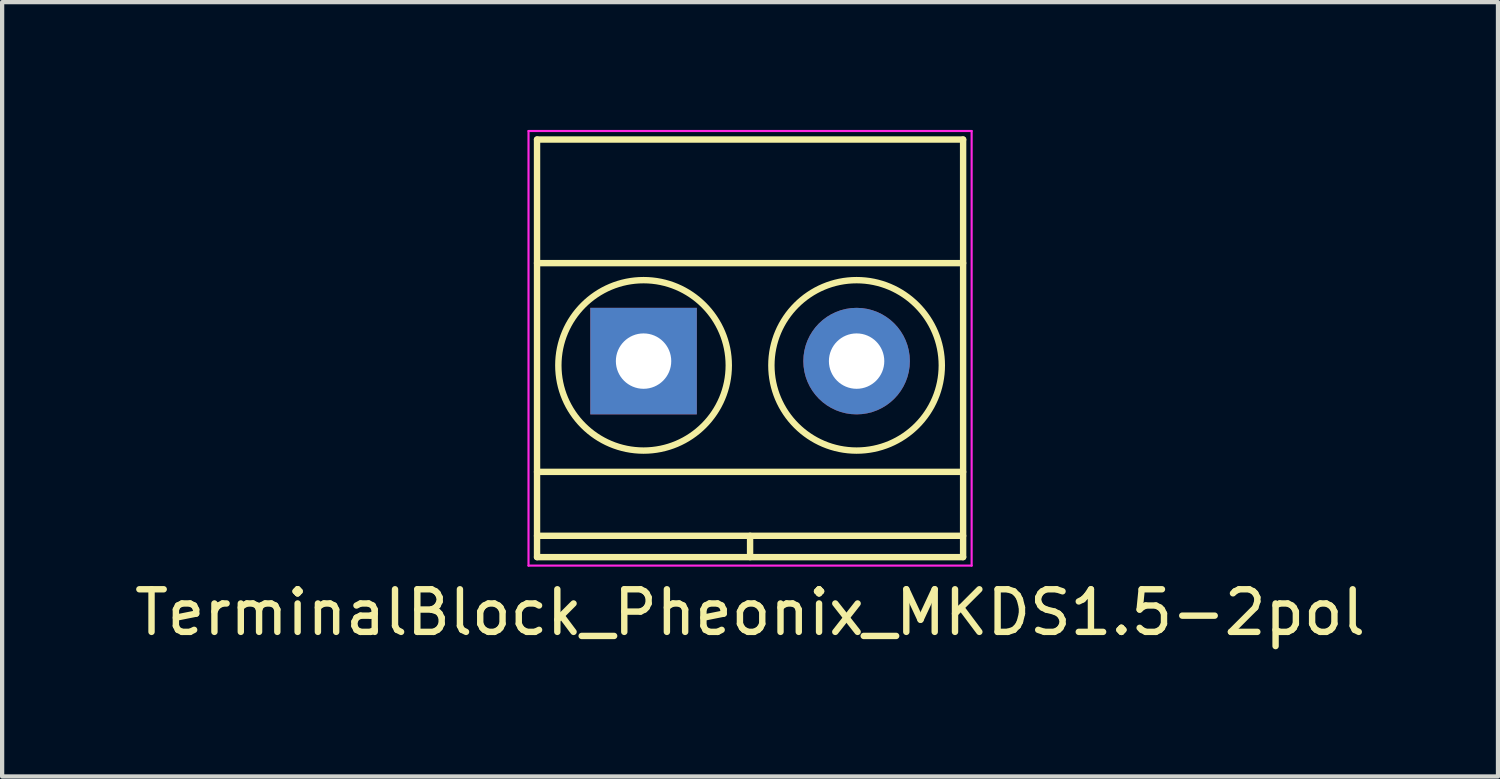
<source format=kicad_pcb>
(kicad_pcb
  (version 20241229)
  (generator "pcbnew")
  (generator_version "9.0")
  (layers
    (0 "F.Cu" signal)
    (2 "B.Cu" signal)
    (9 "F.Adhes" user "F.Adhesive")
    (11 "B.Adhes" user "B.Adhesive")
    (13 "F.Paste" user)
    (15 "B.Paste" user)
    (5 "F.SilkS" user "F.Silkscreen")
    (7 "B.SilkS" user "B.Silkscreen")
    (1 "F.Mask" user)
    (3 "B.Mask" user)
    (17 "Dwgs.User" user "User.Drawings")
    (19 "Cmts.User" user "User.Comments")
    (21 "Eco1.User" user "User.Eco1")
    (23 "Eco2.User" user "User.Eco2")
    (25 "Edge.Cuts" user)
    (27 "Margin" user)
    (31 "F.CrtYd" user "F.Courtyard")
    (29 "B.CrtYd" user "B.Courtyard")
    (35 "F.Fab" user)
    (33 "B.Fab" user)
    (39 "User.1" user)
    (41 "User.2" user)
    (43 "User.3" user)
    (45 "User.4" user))
  (footprint "TerminalBlock_Pheonix_MKDS1.5-2pol"
    (layer "F.Cu")
    (at 12.054 5.425)
    (property "Reference" "TerminalBlock_Pheonix_MKDS1.5-2pol" (at 2.5 5.9 0) (layer "F.SilkS") (effects (font (size 1 1) (thickness 0.15))))
    (attr through_hole)
    (fp_line (start -2.5 -5.2) (end -2.5 4.6) (stroke (width 0.15) (type solid)) (layer "F.SilkS"))
    (fp_line (start -2.5 -2.3) (end 7.5 -2.3) (stroke (width 0.15) (type solid)) (layer "F.SilkS"))
    (fp_line (start -2.5 2.6) (end 7.5 2.6) (stroke (width 0.15) (type solid)) (layer "F.SilkS"))
    (fp_line (start -2.5 4.1) (end 7.5 4.1) (stroke (width 0.15) (type solid)) (layer "F.SilkS"))
    (fp_line (start -2.5 4.6) (end 7.5 4.6) (stroke (width 0.15) (type solid)) (layer "F.SilkS"))
    (fp_line (start 2.5 4.1) (end 2.5 4.6) (stroke (width 0.15) (type solid)) (layer "F.SilkS"))
    (fp_line (start 7.5 -5.2) (end -2.5 -5.2) (stroke (width 0.15) (type solid)) (layer "F.SilkS"))
    (fp_line (start 7.5 4.6) (end 7.5 -5.2) (stroke (width 0.15) (type solid)) (layer "F.SilkS"))
    (fp_circle (center 0 0.1) (end 2 0.1) (stroke (width 0.15) (type solid)) (fill no) (layer "F.SilkS"))
    (fp_circle (center 5 0.1) (end 3 0.1) (stroke (width 0.15) (type solid)) (fill no) (layer "F.SilkS"))
    (fp_line (start -2.7 -5.4) (end 7.7 -5.4) (stroke (width 0.05) (type solid)) (layer "F.CrtYd"))
    (fp_line (start -2.7 4.8) (end -2.7 -5.4) (stroke (width 0.05) (type solid)) (layer "F.CrtYd"))
    (fp_line (start 7.7 -5.4) (end 7.7 4.8) (stroke (width 0.05) (type solid)) (layer "F.CrtYd"))
    (fp_line (start 7.7 4.8) (end -2.7 4.8) (stroke (width 0.05) (type solid)) (layer "F.CrtYd"))
    (pad "1" thru_hole rect (at 0 0) (size 2.5 2.5) (drill 1.3) (layers "*.Cu" "*.Mask"))
    (pad "2" thru_hole circle (at 5 0) (size 2.5 2.5) (drill 1.3) (layers "*.Cu" "*.Mask")))
  (gr_rect
    (start -3 -3)
    (end 32.107 15.173)
    (stroke (width 0.1) (type default))
    (fill no)
    (layer "Edge.Cuts")))
</source>
